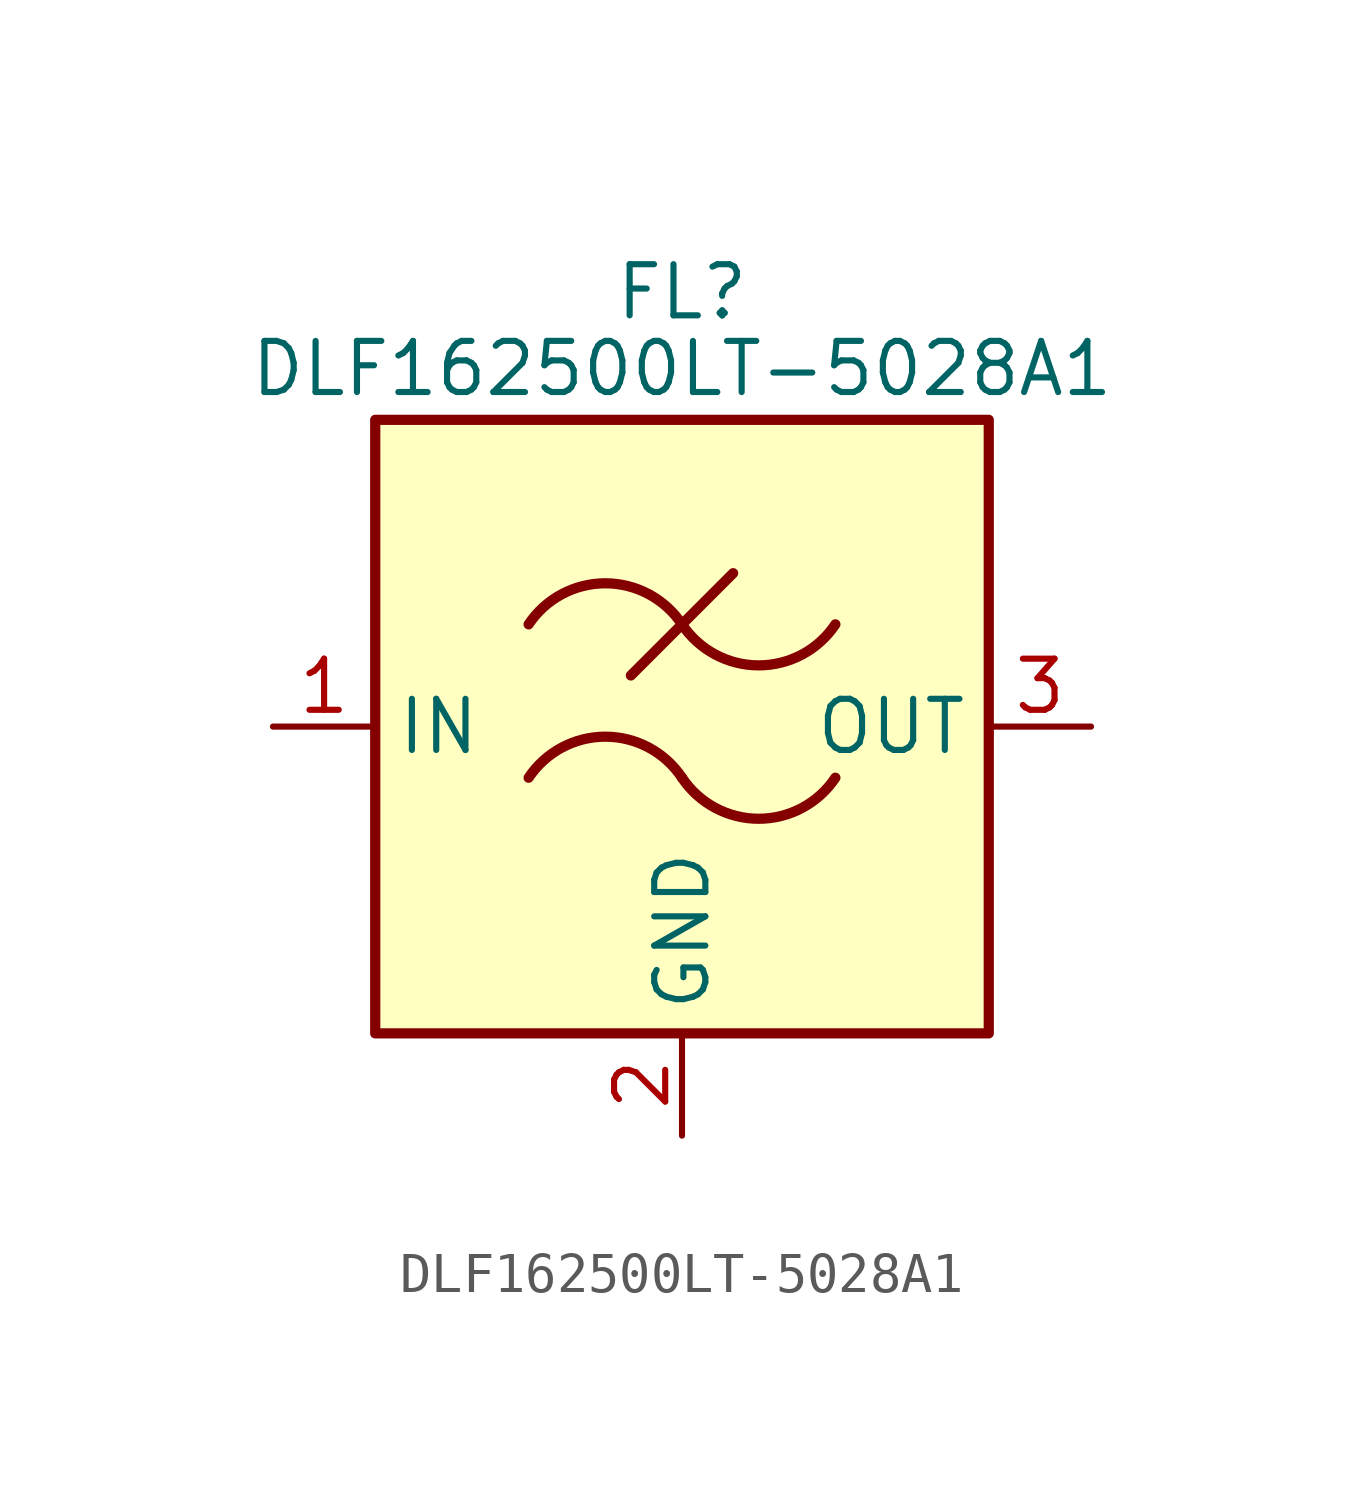
<source format=kicad_sym>
(kicad_symbol_lib
  (version 20231120)
  (generator "kicad_symbol_editor")
  (generator_version "8.0")
  (symbol "DLF162500LT-5028A1"
    (property "Reference" "FL"
      (at 0 10.795 0)
      (effects (font (size 1.27 1.27))))
    (property "Value" "DLF162500LT-5028A1"
      (at 0 8.89 0)
      (effects (font (size 1.27 1.27))))
    (symbol "DLF162500LT-5028A1_0_1"
      (rectangle (start -7.62 7.62) (end 7.62 -7.62) (stroke (width 0.254) (type default)) (fill (type background)))
      (arc (start 0 -1.27) (mid -1.905 -0.2505) (end -3.81 -1.27) (stroke (width 0.254) (type default)) (fill (type none)))
      (arc (start 0 -1.27) (mid 1.905 -2.2895) (end 3.81 -1.27) (stroke (width 0.254) (type default)) (fill (type none)))
      (polyline (pts (xy -1.27 1.27) (xy 1.27 3.81)) (stroke (width 0.254) (type default)) (fill (type none)))
      (arc (start 0 2.54) (mid -1.905 3.5595) (end -3.81 2.54) (stroke (width 0.254) (type default)) (fill (type none)))
      (arc (start 0 2.54) (mid 1.905 1.5205) (end 3.81 2.54) (stroke (width 0.254) (type default)) (fill (type none))))
    (symbol "DLF162500LT-5028A1_1_1"
      (pin passive line (at -10.16 0 0) (length 2.54) (name "IN" (effects (font (size 1.27 1.27)))) (number "1" (effects (font (size 1.27 1.27)))))
      (pin passive line (at 0 -10.16 90) (length 2.54) (name "GND" (effects (font (size 1.27 1.27)))) (number "2" (effects (font (size 1.27 1.27)))))
      (pin passive line (at 10.16 0 180) (length 2.54) (name "OUT" (effects (font (size 1.27 1.27)))) (number "3" (effects (font (size 1.27 1.27)))))
      (pin passive line (at 0 -10.16 90) (length 2.54) hide (name "GND" (effects (font (size 1.27 1.27)))) (number "4" (effects (font (size 1.27 1.27))))))))
</source>
